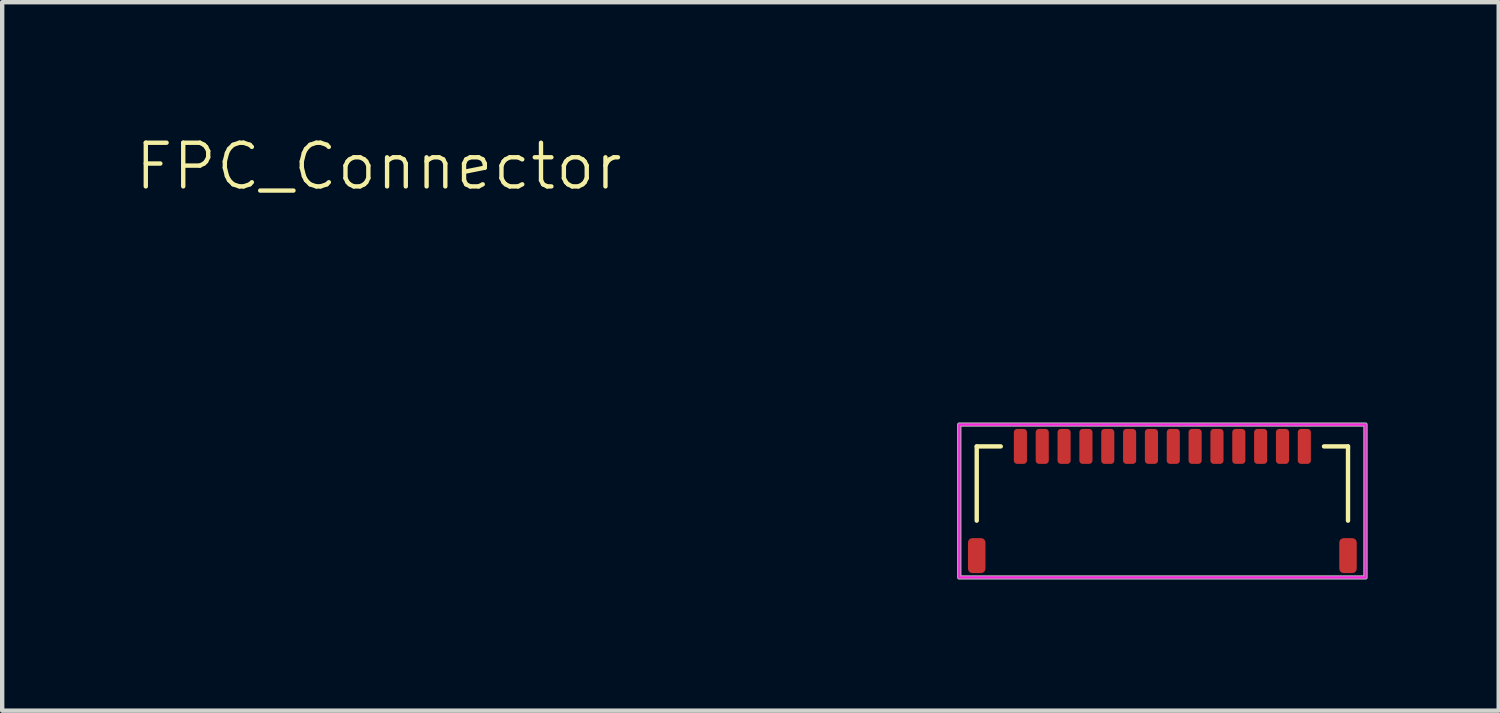
<source format=kicad_pcb>
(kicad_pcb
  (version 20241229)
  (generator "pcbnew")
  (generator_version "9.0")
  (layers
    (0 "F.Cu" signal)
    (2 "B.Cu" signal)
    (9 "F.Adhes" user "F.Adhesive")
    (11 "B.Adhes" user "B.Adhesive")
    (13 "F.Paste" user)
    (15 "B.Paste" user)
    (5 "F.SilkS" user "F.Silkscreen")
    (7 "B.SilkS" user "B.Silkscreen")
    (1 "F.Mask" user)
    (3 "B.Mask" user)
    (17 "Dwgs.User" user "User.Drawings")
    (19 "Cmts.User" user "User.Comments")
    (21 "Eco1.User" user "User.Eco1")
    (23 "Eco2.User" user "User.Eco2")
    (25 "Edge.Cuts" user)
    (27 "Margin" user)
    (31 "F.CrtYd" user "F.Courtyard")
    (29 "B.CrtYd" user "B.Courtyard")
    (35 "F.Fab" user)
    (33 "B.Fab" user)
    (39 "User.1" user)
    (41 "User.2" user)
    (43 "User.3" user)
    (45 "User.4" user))
  (footprint "FPC_Connector"
    (layer "F.Cu")
    (at 23.561 7.17)
    (property "Reference" "FPC_Connector" (at -17.94 -6.41 0) (unlocked yes) (layer "F.SilkS") (effects (font (size 1 1) (thickness 0.1))))
    (attr smd)
    (fp_line (start -4.25 0) (end -3.7 0) (stroke (width 0.1) (type default)) (layer "F.SilkS"))
    (fp_line (start -4.25 1.7) (end -4.25 0) (stroke (width 0.1) (type default)) (layer "F.SilkS"))
    (fp_line (start 4.25 0) (end 3.7 0) (stroke (width 0.1) (type default)) (layer "F.SilkS"))
    (fp_line (start 4.25 1.7) (end 4.25 0) (stroke (width 0.1) (type default)) (layer "F.SilkS"))
    (fp_rect (start -4.65 -0.5) (end 4.65 3) (stroke (width 0.05) (type default)) (fill no) (layer "F.CrtYd"))
    (fp_rect (start -4.65 -0.5) (end 4.65 3) (stroke (width 0.1) (type default)) (fill no) (layer "F.Fab"))
    (pad "" smd roundrect (at -4.25 2.5) (size 0.4 0.8) (layers "F.Cu" "F.Mask" "F.Paste") (roundrect_rratio 0.25))
    (pad "" smd roundrect (at 4.25 2.5) (size 0.4 0.8) (layers "F.Cu" "F.Mask" "F.Paste") (roundrect_rratio 0.25))
    (pad "1" smd roundrect (at -3.25 0) (size 0.3 0.8) (layers "F.Cu" "F.Mask" "F.Paste") (roundrect_rratio 0.25))
    (pad "2" smd roundrect (at -2.75 0) (size 0.3 0.8) (layers "F.Cu" "F.Mask" "F.Paste") (roundrect_rratio 0.25))
    (pad "3" smd roundrect (at -2.25 0) (size 0.3 0.8) (layers "F.Cu" "F.Mask" "F.Paste") (roundrect_rratio 0.25))
    (pad "4" smd roundrect (at -1.75 0) (size 0.3 0.8) (layers "F.Cu" "F.Mask" "F.Paste") (roundrect_rratio 0.25))
    (pad "5" smd roundrect (at -1.25 0) (size 0.3 0.8) (layers "F.Cu" "F.Mask" "F.Paste") (roundrect_rratio 0.25))
    (pad "6" smd roundrect (at -0.75 0) (size 0.3 0.8) (layers "F.Cu" "F.Mask" "F.Paste") (roundrect_rratio 0.25))
    (pad "7" smd roundrect (at -0.25 0) (size 0.3 0.8) (layers "F.Cu" "F.Mask" "F.Paste") (roundrect_rratio 0.25))
    (pad "8" smd roundrect (at 0.25 0) (size 0.3 0.8) (layers "F.Cu" "F.Mask" "F.Paste") (roundrect_rratio 0.25))
    (pad "9" smd roundrect (at 0.75 0) (size 0.3 0.8) (layers "F.Cu" "F.Mask" "F.Paste") (roundrect_rratio 0.25))
    (pad "10" smd roundrect (at 1.25 0) (size 0.3 0.8) (layers "F.Cu" "F.Mask" "F.Paste") (roundrect_rratio 0.25))
    (pad "11" smd roundrect (at 1.75 0) (size 0.3 0.8) (layers "F.Cu" "F.Mask" "F.Paste") (roundrect_rratio 0.25))
    (pad "12" smd roundrect (at 2.25 0) (size 0.3 0.8) (layers "F.Cu" "F.Mask" "F.Paste") (roundrect_rratio 0.25))
    (pad "13" smd roundrect (at 2.75 0) (size 0.3 0.8) (layers "F.Cu" "F.Mask" "F.Paste") (roundrect_rratio 0.25))
    (pad "14" smd roundrect (at 3.25 0) (size 0.3 0.8) (layers "F.Cu" "F.Mask" "F.Paste") (roundrect_rratio 0.25)))
  (gr_rect
    (start -3 -3)
    (end 31.261 13.22)
    (stroke (width 0.1) (type default))
    (fill no)
    (layer "Edge.Cuts")))
</source>
